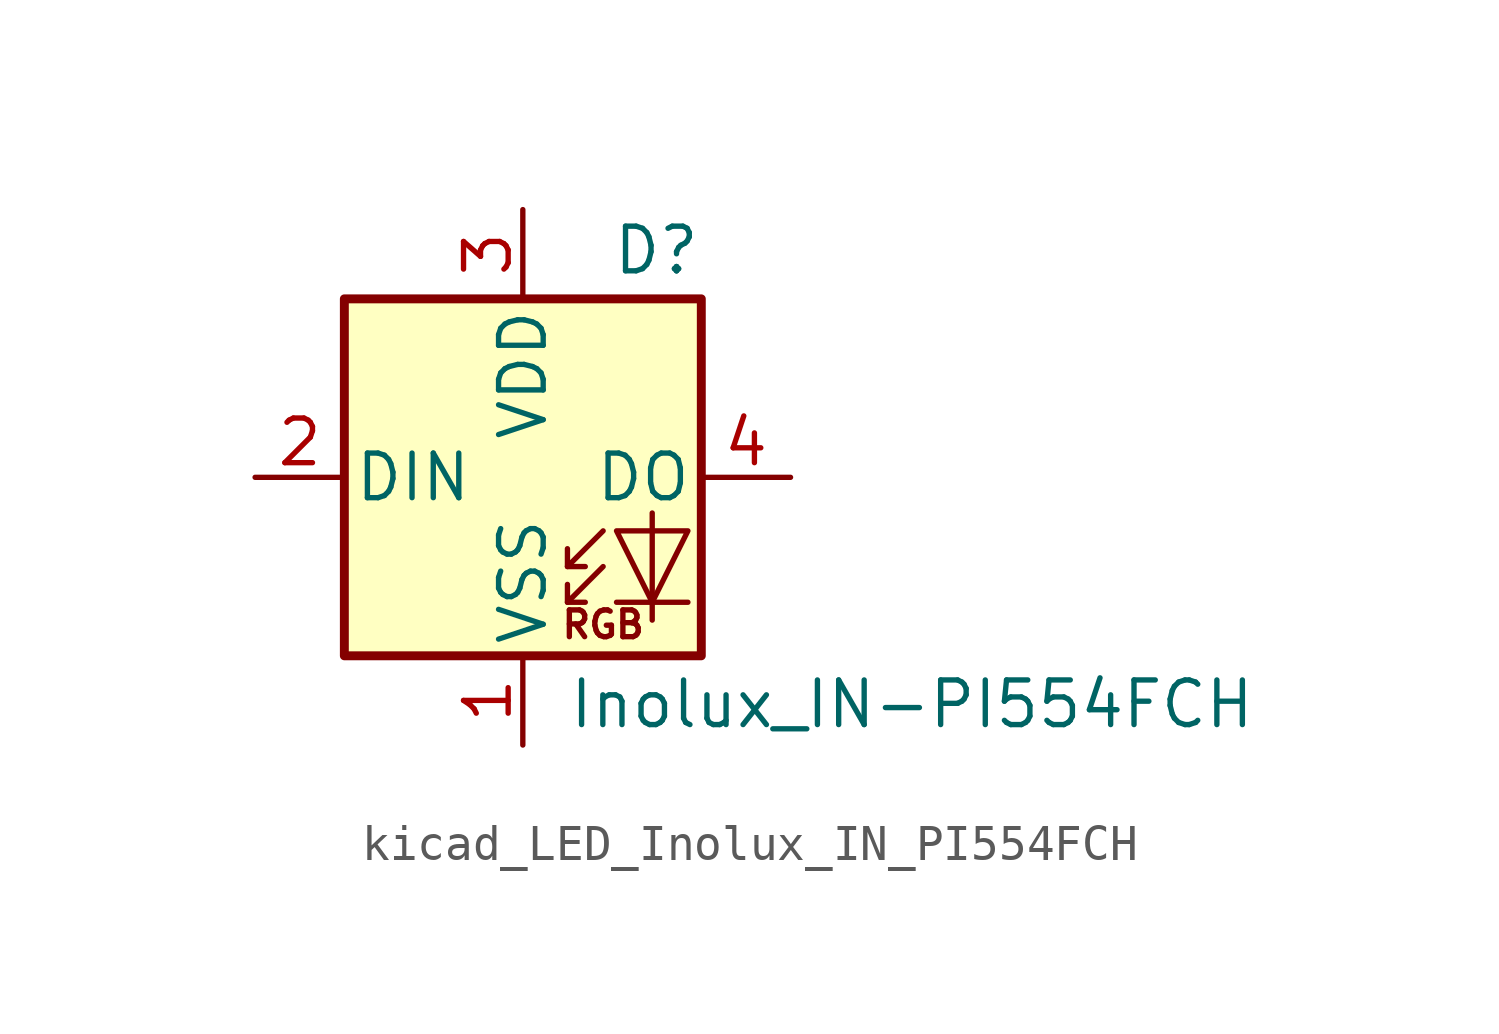
<source format=kicad_sym>
(kicad_symbol_lib
  (version 20220914)
  (generator kicad_symbol_editor)
  (symbol "kicad_LED_Inolux_IN_PI554FCH"
    (pin_names
      (offset 0.254))
    (property "Reference" "D"
      (at 5.08 5.715 0)
      (effects (font (size 1.27 1.27)) (justify right bottom)))
    (property "Value" "Inolux_IN-PI554FCH"
      (at 1.27 -5.715 0)
      (effects (font (size 1.27 1.27)) (justify left top)))
    (symbol "kicad_LED_Inolux_IN_PI554FCH_0_0"
      (text "RGB" (at 2.286 -4.191 0) (effects (font (size 0.762 0.762)))))
    (symbol "kicad_LED_Inolux_IN_PI554FCH_0_1"
      (polyline (pts (xy 1.27 -3.556) (xy 1.778 -3.556)) (stroke (width 0) (type default)) (fill (type none)))
      (polyline (pts (xy 1.27 -2.54) (xy 1.778 -2.54)) (stroke (width 0) (type default)) (fill (type none)))
      (polyline (pts (xy 4.699 -3.556) (xy 2.667 -3.556)) (stroke (width 0) (type default)) (fill (type none)))
      (polyline (pts (xy 2.286 -2.54) (xy 1.27 -3.556) (xy 1.27 -3.048)) (stroke (width 0) (type default)) (fill (type none)))
      (polyline (pts (xy 2.286 -1.524) (xy 1.27 -2.54) (xy 1.27 -2.032)) (stroke (width 0) (type default)) (fill (type none)))
      (polyline (pts (xy 3.683 -1.016) (xy 3.683 -3.556) (xy 3.683 -4.064)) (stroke (width 0) (type default)) (fill (type none)))
      (polyline (pts (xy 4.699 -1.524) (xy 2.667 -1.524) (xy 3.683 -3.556) (xy 4.699 -1.524)) (stroke (width 0) (type default)) (fill (type none)))
      (rectangle (start 5.08 5.08) (end -5.08 -5.08) (stroke (width 0.254) (type default)) (fill (type background))))
    (symbol "kicad_LED_Inolux_IN_PI554FCH_1_1"
      (pin power_in line (at 0 -7.62 90) (length 2.54) (name "VSS" (effects (font (size 1.27 1.27)))) (number "1" (effects (font (size 1.27 1.27)))))
      (pin input line (at -7.62 0 0) (length 2.54) (name "DIN" (effects (font (size 1.27 1.27)))) (number "2" (effects (font (size 1.27 1.27)))))
      (pin power_in line (at 0 7.62 270) (length 2.54) (name "VDD" (effects (font (size 1.27 1.27)))) (number "3" (effects (font (size 1.27 1.27)))))
      (pin output line (at 7.62 0 180) (length 2.54) (name "DO" (effects (font (size 1.27 1.27)))) (number "4" (effects (font (size 1.27 1.27))))))))
</source>
